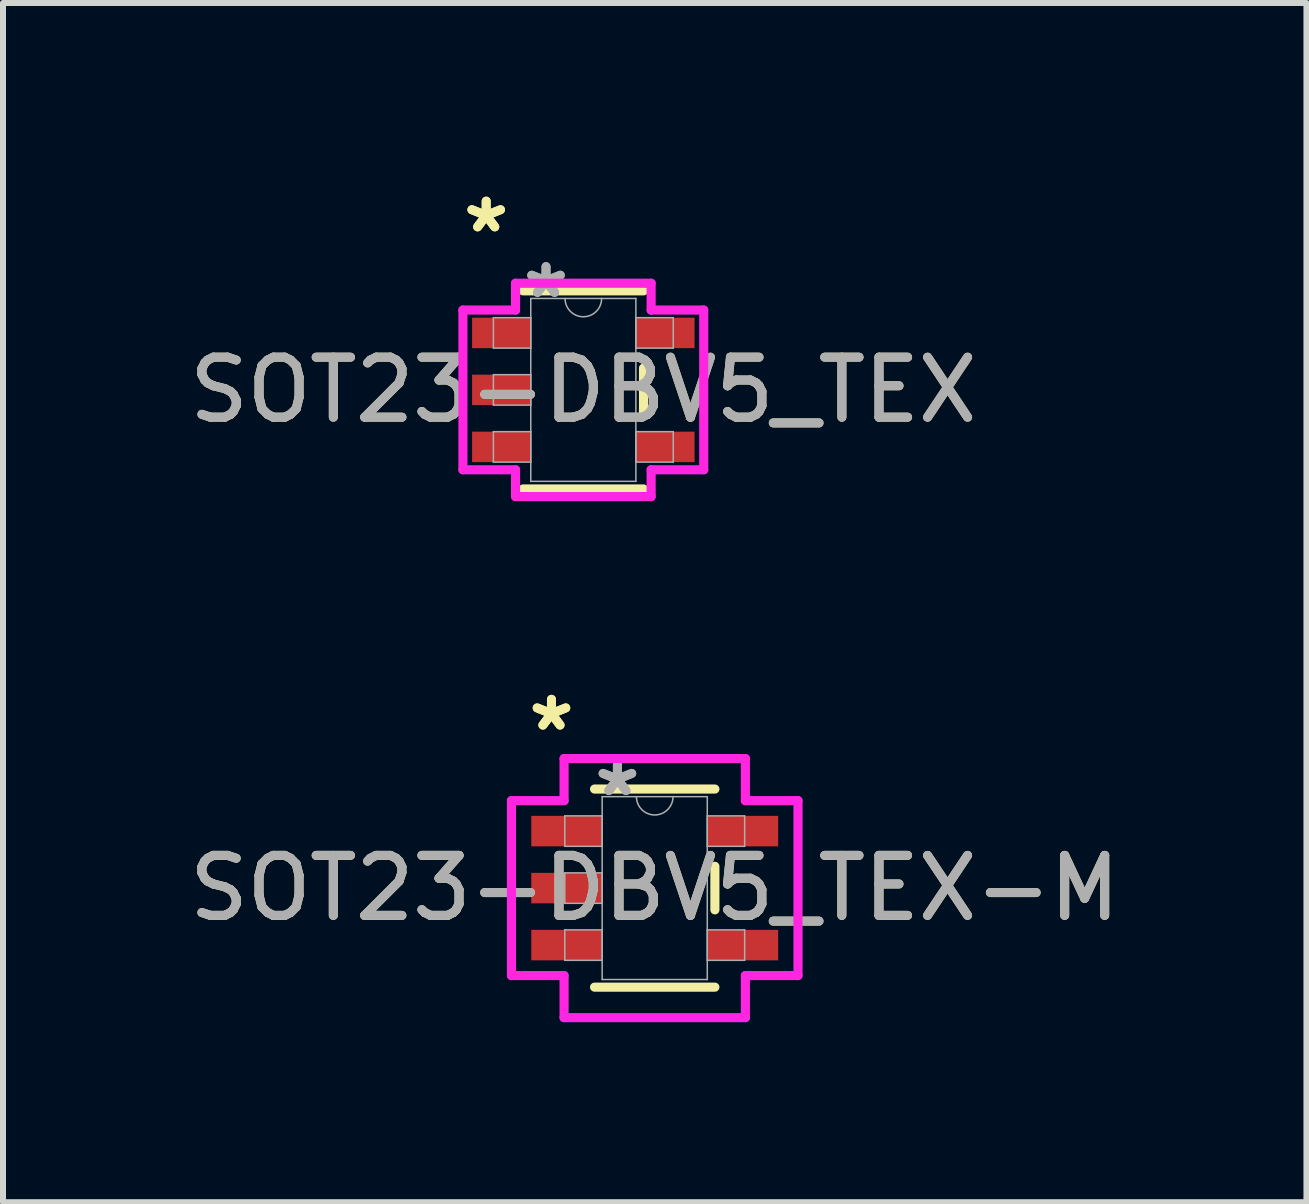
<source format=kicad_pcb>
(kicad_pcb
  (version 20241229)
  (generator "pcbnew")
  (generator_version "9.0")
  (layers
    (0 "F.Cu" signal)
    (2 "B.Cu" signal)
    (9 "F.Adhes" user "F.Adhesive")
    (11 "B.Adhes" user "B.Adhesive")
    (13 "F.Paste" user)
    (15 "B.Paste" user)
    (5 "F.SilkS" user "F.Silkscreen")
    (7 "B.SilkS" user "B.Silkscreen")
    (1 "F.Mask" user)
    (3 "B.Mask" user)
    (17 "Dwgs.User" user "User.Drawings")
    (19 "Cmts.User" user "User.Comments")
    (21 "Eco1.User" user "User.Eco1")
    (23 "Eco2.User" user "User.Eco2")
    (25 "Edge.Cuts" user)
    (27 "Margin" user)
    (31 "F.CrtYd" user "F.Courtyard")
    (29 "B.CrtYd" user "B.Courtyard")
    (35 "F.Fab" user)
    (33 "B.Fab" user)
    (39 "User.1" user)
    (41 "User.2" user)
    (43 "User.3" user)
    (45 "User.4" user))
  (footprint "SOT23-DBV5_TEX"
    (layer "F.Cu")
    (at 6.673 3.449)
    (property "Reference" "SOT23-DBV5_TEX" (at 0 0 0) (unlocked yes) (layer "F.SilkS") (effects (font (size 1 1) (thickness 0.15))))
    (attr smd)
    (fp_line (start -1.003 1.651) (end 1.003 1.651) (stroke (width 0.152) (type solid)) (layer "F.SilkS"))
    (fp_line (start 1.003 -1.651) (end -1.003 -1.651) (stroke (width 0.152) (type solid)) (layer "F.SilkS"))
    (fp_line (start 1.003 0.363) (end 1.003 -0.363) (stroke (width 0.152) (type solid)) (layer "F.SilkS"))
    (fp_line (start -2.007 -1.331) (end -1.13 -1.331) (stroke (width 0.152) (type solid)) (layer "F.CrtYd"))
    (fp_line (start -2.007 1.331) (end -2.007 -1.331) (stroke (width 0.152) (type solid)) (layer "F.CrtYd"))
    (fp_line (start -1.13 -1.778) (end 1.13 -1.778) (stroke (width 0.152) (type solid)) (layer "F.CrtYd"))
    (fp_line (start -1.13 -1.331) (end -1.13 -1.778) (stroke (width 0.152) (type solid)) (layer "F.CrtYd"))
    (fp_line (start -1.13 1.331) (end -2.007 1.331) (stroke (width 0.152) (type solid)) (layer "F.CrtYd"))
    (fp_line (start -1.13 1.778) (end -1.13 1.331) (stroke (width 0.152) (type solid)) (layer "F.CrtYd"))
    (fp_line (start 1.13 -1.778) (end 1.13 -1.331) (stroke (width 0.152) (type solid)) (layer "F.CrtYd"))
    (fp_line (start 1.13 -1.331) (end 2.007 -1.331) (stroke (width 0.152) (type solid)) (layer "F.CrtYd"))
    (fp_line (start 1.13 1.331) (end 1.13 1.778) (stroke (width 0.152) (type solid)) (layer "F.CrtYd"))
    (fp_line (start 1.13 1.778) (end -1.13 1.778) (stroke (width 0.152) (type solid)) (layer "F.CrtYd"))
    (fp_line (start 2.007 -1.331) (end 2.007 1.331) (stroke (width 0.152) (type solid)) (layer "F.CrtYd"))
    (fp_line (start 2.007 1.331) (end 1.13 1.331) (stroke (width 0.152) (type solid)) (layer "F.CrtYd"))
    (fp_line (start -1.499 -1.204) (end -1.499 -0.696) (stroke (width 0.025) (type solid)) (layer "F.Fab"))
    (fp_line (start -1.499 -0.696) (end -0.876 -0.696) (stroke (width 0.025) (type solid)) (layer "F.Fab"))
    (fp_line (start -1.499 -0.254) (end -1.499 0.254) (stroke (width 0.025) (type solid)) (layer "F.Fab"))
    (fp_line (start -1.499 0.254) (end -0.876 0.254) (stroke (width 0.025) (type solid)) (layer "F.Fab"))
    (fp_line (start -1.499 0.696) (end -1.499 1.204) (stroke (width 0.025) (type solid)) (layer "F.Fab"))
    (fp_line (start -1.499 1.204) (end -0.876 1.204) (stroke (width 0.025) (type solid)) (layer "F.Fab"))
    (fp_line (start -0.876 -1.524) (end -0.876 1.524) (stroke (width 0.025) (type solid)) (layer "F.Fab"))
    (fp_line (start -0.876 -1.204) (end -1.499 -1.204) (stroke (width 0.025) (type solid)) (layer "F.Fab"))
    (fp_line (start -0.876 -0.696) (end -0.876 -1.204) (stroke (width 0.025) (type solid)) (layer "F.Fab"))
    (fp_line (start -0.876 -0.254) (end -1.499 -0.254) (stroke (width 0.025) (type solid)) (layer "F.Fab"))
    (fp_line (start -0.876 0.254) (end -0.876 -0.254) (stroke (width 0.025) (type solid)) (layer "F.Fab"))
    (fp_line (start -0.876 0.696) (end -1.499 0.696) (stroke (width 0.025) (type solid)) (layer "F.Fab"))
    (fp_line (start -0.876 1.204) (end -0.876 0.696) (stroke (width 0.025) (type solid)) (layer "F.Fab"))
    (fp_line (start -0.876 1.524) (end 0.876 1.524) (stroke (width 0.025) (type solid)) (layer "F.Fab"))
    (fp_line (start 0.876 -1.524) (end -0.876 -1.524) (stroke (width 0.025) (type solid)) (layer "F.Fab"))
    (fp_line (start 0.876 -1.204) (end 0.876 -0.696) (stroke (width 0.025) (type solid)) (layer "F.Fab"))
    (fp_line (start 0.876 -0.696) (end 1.499 -0.696) (stroke (width 0.025) (type solid)) (layer "F.Fab"))
    (fp_line (start 0.876 0.696) (end 0.876 1.204) (stroke (width 0.025) (type solid)) (layer "F.Fab"))
    (fp_line (start 0.876 1.204) (end 1.499 1.204) (stroke (width 0.025) (type solid)) (layer "F.Fab"))
    (fp_line (start 0.876 1.524) (end 0.876 -1.524) (stroke (width 0.025) (type solid)) (layer "F.Fab"))
    (fp_line (start 1.499 -1.204) (end 0.876 -1.204) (stroke (width 0.025) (type solid)) (layer "F.Fab"))
    (fp_line (start 1.499 -0.696) (end 1.499 -1.204) (stroke (width 0.025) (type solid)) (layer "F.Fab"))
    (fp_line (start 1.499 0.696) (end 0.876 0.696) (stroke (width 0.025) (type solid)) (layer "F.Fab"))
    (fp_line (start 1.499 1.204) (end 1.499 0.696) (stroke (width 0.025) (type solid)) (layer "F.Fab"))
    (fp_arc (start 0.3048 -1.524) (mid 0 -1.2192) (end -0.3048 -1.524) (stroke (width 0.0254) (type solid)) (layer "F.Fab"))
    (fp_text user "*" (at -1.619 -2.601 0) (layer "F.SilkS") (effects (font (size 1 1) (thickness 0.15))))
    (fp_text user "*" (at -1.619 -2.601 0) (unlocked yes) (layer "F.SilkS") (effects (font (size 1 1) (thickness 0.15))))
    (fp_text user "*" (at -0.622 -1.509 0) (layer "F.Fab") (effects (font (size 1 1) (thickness 0.15))))
    (fp_text user "*" (at -0.622 -1.509 0) (unlocked yes) (layer "F.Fab") (effects (font (size 1 1) (thickness 0.15))))
    (fp_text user "${REFERENCE}" (at 0 0 0) (unlocked yes) (layer "F.Fab") (effects (font (size 1 1) (thickness 0.15))))
    (pad "1" smd rect (at -1.365 -0.95) (size 0.978 0.508) (layers "F.Cu" "F.Mask" "F.Paste"))
    (pad "2" smd rect (at -1.365 0) (size 0.978 0.508) (layers "F.Cu" "F.Mask" "F.Paste"))
    (pad "3" smd rect (at -1.365 0.95) (size 0.978 0.508) (layers "F.Cu" "F.Mask" "F.Paste"))
    (pad "4" smd rect (at 1.365 0.95) (size 0.978 0.508) (layers "F.Cu" "F.Mask" "F.Paste"))
    (pad "5" smd rect (at 1.365 -0.95) (size 0.978 0.508) (layers "F.Cu" "F.Mask" "F.Paste")))
  (footprint "SOT23-DBV5_TEX-M"
    (layer "F.Cu")
    (at 7.863 11.753)
    (property "Reference" "SOT23-DBV5_TEX-M" (at 0 0 0) (unlocked yes) (layer "F.SilkS") (effects (font (size 1 1) (thickness 0.15))))
    (attr smd)
    (fp_line (start -1.003 1.651) (end 1.003 1.651) (stroke (width 0.152) (type solid)) (layer "F.SilkS"))
    (fp_line (start 1.003 -1.651) (end -1.003 -1.651) (stroke (width 0.152) (type solid)) (layer "F.SilkS"))
    (fp_line (start 1.003 0.363) (end 1.003 -0.363) (stroke (width 0.152) (type solid)) (layer "F.SilkS"))
    (fp_line (start -2.388 -1.458) (end -1.511 -1.458) (stroke (width 0.152) (type solid)) (layer "F.CrtYd"))
    (fp_line (start -2.388 1.458) (end -2.388 -1.458) (stroke (width 0.152) (type solid)) (layer "F.CrtYd"))
    (fp_line (start -1.511 -2.159) (end 1.511 -2.159) (stroke (width 0.152) (type solid)) (layer "F.CrtYd"))
    (fp_line (start -1.511 -1.458) (end -1.511 -2.159) (stroke (width 0.152) (type solid)) (layer "F.CrtYd"))
    (fp_line (start -1.511 1.458) (end -2.388 1.458) (stroke (width 0.152) (type solid)) (layer "F.CrtYd"))
    (fp_line (start -1.511 2.159) (end -1.511 1.458) (stroke (width 0.152) (type solid)) (layer "F.CrtYd"))
    (fp_line (start 1.511 -2.159) (end 1.511 -1.458) (stroke (width 0.152) (type solid)) (layer "F.CrtYd"))
    (fp_line (start 1.511 -1.458) (end 2.388 -1.458) (stroke (width 0.152) (type solid)) (layer "F.CrtYd"))
    (fp_line (start 1.511 1.458) (end 1.511 2.159) (stroke (width 0.152) (type solid)) (layer "F.CrtYd"))
    (fp_line (start 1.511 2.159) (end -1.511 2.159) (stroke (width 0.152) (type solid)) (layer "F.CrtYd"))
    (fp_line (start 2.388 -1.458) (end 2.388 1.458) (stroke (width 0.152) (type solid)) (layer "F.CrtYd"))
    (fp_line (start 2.388 1.458) (end 1.511 1.458) (stroke (width 0.152) (type solid)) (layer "F.CrtYd"))
    (fp_line (start -1.499 -1.204) (end -1.499 -0.696) (stroke (width 0.025) (type solid)) (layer "F.Fab"))
    (fp_line (start -1.499 -0.696) (end -0.876 -0.696) (stroke (width 0.025) (type solid)) (layer "F.Fab"))
    (fp_line (start -1.499 -0.254) (end -1.499 0.254) (stroke (width 0.025) (type solid)) (layer "F.Fab"))
    (fp_line (start -1.499 0.254) (end -0.876 0.254) (stroke (width 0.025) (type solid)) (layer "F.Fab"))
    (fp_line (start -1.499 0.696) (end -1.499 1.204) (stroke (width 0.025) (type solid)) (layer "F.Fab"))
    (fp_line (start -1.499 1.204) (end -0.876 1.204) (stroke (width 0.025) (type solid)) (layer "F.Fab"))
    (fp_line (start -0.876 -1.524) (end -0.876 1.524) (stroke (width 0.025) (type solid)) (layer "F.Fab"))
    (fp_line (start -0.876 -1.204) (end -1.499 -1.204) (stroke (width 0.025) (type solid)) (layer "F.Fab"))
    (fp_line (start -0.876 -0.696) (end -0.876 -1.204) (stroke (width 0.025) (type solid)) (layer "F.Fab"))
    (fp_line (start -0.876 -0.254) (end -1.499 -0.254) (stroke (width 0.025) (type solid)) (layer "F.Fab"))
    (fp_line (start -0.876 0.254) (end -0.876 -0.254) (stroke (width 0.025) (type solid)) (layer "F.Fab"))
    (fp_line (start -0.876 0.696) (end -1.499 0.696) (stroke (width 0.025) (type solid)) (layer "F.Fab"))
    (fp_line (start -0.876 1.204) (end -0.876 0.696) (stroke (width 0.025) (type solid)) (layer "F.Fab"))
    (fp_line (start -0.876 1.524) (end 0.876 1.524) (stroke (width 0.025) (type solid)) (layer "F.Fab"))
    (fp_line (start 0.876 -1.524) (end -0.876 -1.524) (stroke (width 0.025) (type solid)) (layer "F.Fab"))
    (fp_line (start 0.876 -1.204) (end 0.876 -0.696) (stroke (width 0.025) (type solid)) (layer "F.Fab"))
    (fp_line (start 0.876 -0.696) (end 1.499 -0.696) (stroke (width 0.025) (type solid)) (layer "F.Fab"))
    (fp_line (start 0.876 0.696) (end 0.876 1.204) (stroke (width 0.025) (type solid)) (layer "F.Fab"))
    (fp_line (start 0.876 1.204) (end 1.499 1.204) (stroke (width 0.025) (type solid)) (layer "F.Fab"))
    (fp_line (start 0.876 1.524) (end 0.876 -1.524) (stroke (width 0.025) (type solid)) (layer "F.Fab"))
    (fp_line (start 1.499 -1.204) (end 0.876 -1.204) (stroke (width 0.025) (type solid)) (layer "F.Fab"))
    (fp_line (start 1.499 -0.696) (end 1.499 -1.204) (stroke (width 0.025) (type solid)) (layer "F.Fab"))
    (fp_line (start 1.499 0.696) (end 0.876 0.696) (stroke (width 0.025) (type solid)) (layer "F.Fab"))
    (fp_line (start 1.499 1.204) (end 1.499 0.696) (stroke (width 0.025) (type solid)) (layer "F.Fab"))
    (fp_arc (start 0.3048 -1.524) (mid 0 -1.2192) (end -0.3048 -1.524) (stroke (width 0.0254) (type solid)) (layer "F.Fab"))
    (fp_text user "*" (at -1.721 -2.601 0) (unlocked yes) (layer "F.SilkS") (effects (font (size 1 1) (thickness 0.15))))
    (fp_text user "*" (at -1.721 -2.601 0) (layer "F.SilkS") (effects (font (size 1 1) (thickness 0.15))))
    (fp_text user "*" (at -0.622 -1.509 0) (layer "F.Fab") (effects (font (size 1 1) (thickness 0.15))))
    (fp_text user "*" (at -0.622 -1.509 0) (unlocked yes) (layer "F.Fab") (effects (font (size 1 1) (thickness 0.15))))
    (fp_text user "${REFERENCE}" (at 0 0 0) (unlocked yes) (layer "F.Fab") (effects (font (size 1 1) (thickness 0.15))))
    (pad "1" smd rect (at -1.467 -0.95) (size 1.181 0.508) (layers "F.Cu" "F.Mask" "F.Paste"))
    (pad "2" smd rect (at -1.467 0) (size 1.181 0.508) (layers "F.Cu" "F.Mask" "F.Paste"))
    (pad "3" smd rect (at -1.467 0.95) (size 1.181 0.508) (layers "F.Cu" "F.Mask" "F.Paste"))
    (pad "4" smd rect (at 1.467 0.95) (size 1.181 0.508) (layers "F.Cu" "F.Mask" "F.Paste"))
    (pad "5" smd rect (at 1.467 -0.95) (size 1.181 0.508) (layers "F.Cu" "F.Mask" "F.Paste")))
  (gr_rect
    (start -3 -3)
    (end 18.726 16.988)
    (stroke (width 0.1) (type default))
    (fill no)
    (layer "Edge.Cuts")))
</source>
